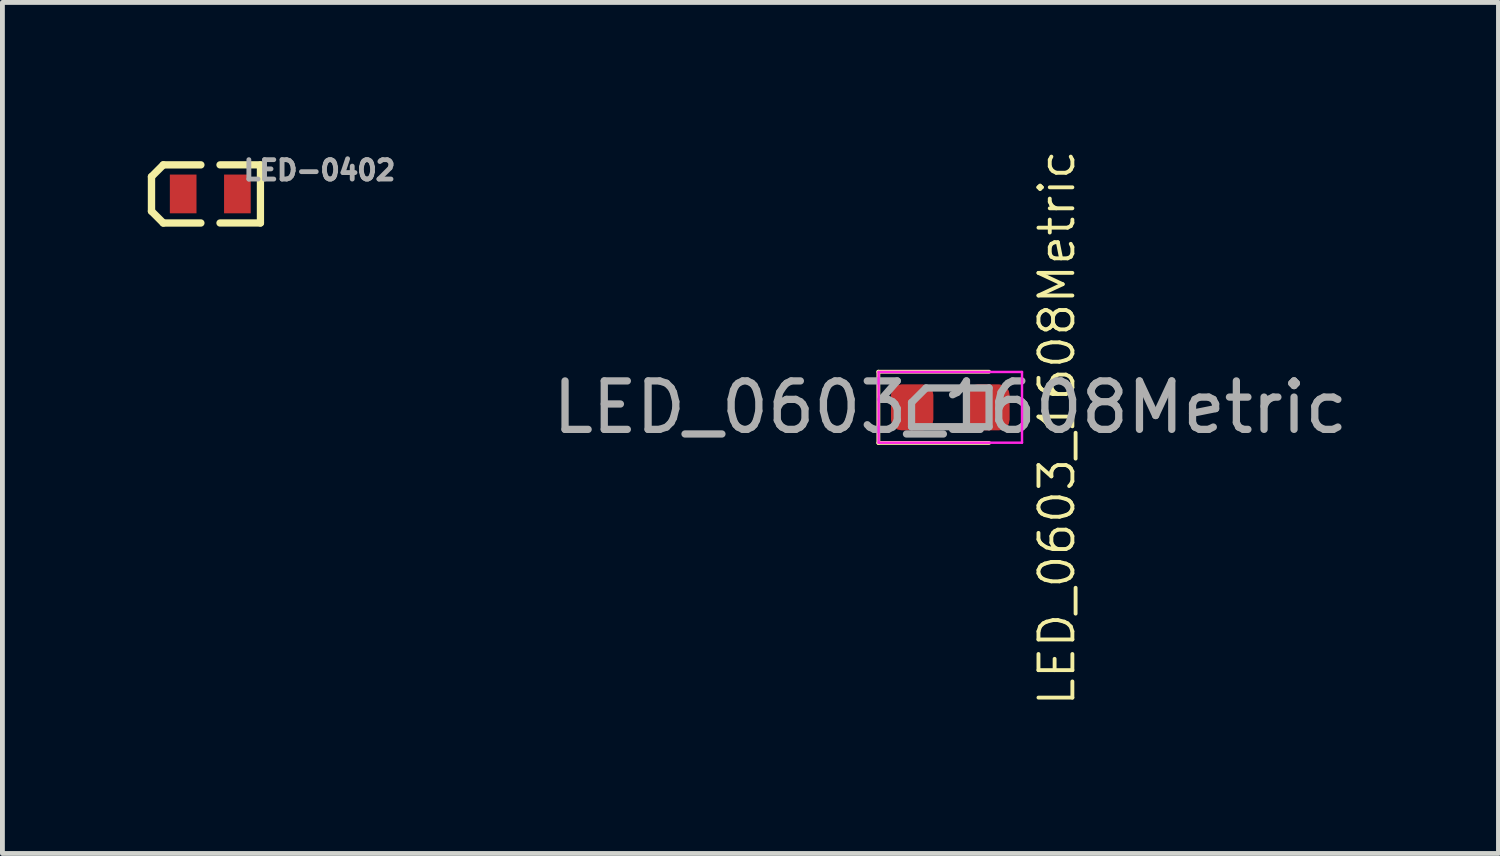
<source format=kicad_pcb>
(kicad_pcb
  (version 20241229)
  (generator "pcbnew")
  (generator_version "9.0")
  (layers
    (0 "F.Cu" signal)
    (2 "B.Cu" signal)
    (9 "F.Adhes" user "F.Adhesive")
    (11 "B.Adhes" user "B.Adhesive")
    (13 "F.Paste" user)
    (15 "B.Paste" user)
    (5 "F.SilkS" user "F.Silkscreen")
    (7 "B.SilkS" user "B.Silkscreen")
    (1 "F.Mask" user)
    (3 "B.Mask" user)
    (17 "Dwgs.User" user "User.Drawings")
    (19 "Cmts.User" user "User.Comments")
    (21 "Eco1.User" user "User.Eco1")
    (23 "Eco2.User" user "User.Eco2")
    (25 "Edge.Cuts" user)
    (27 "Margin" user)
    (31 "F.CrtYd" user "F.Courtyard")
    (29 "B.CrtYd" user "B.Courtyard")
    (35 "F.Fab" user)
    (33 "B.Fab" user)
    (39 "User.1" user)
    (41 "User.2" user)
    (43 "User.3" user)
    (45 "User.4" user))
  (footprint "LED_0603_1608Metric"
    (layer "F.Cu")
    (at 16.566 5.358)
    (property "Reference" "LED_0603_1608Metric" (at 2.2 0.425 90) (layer "F.SilkS") (effects (font (size 0.7 0.7) (thickness 0.08))))
    (attr smd)
    (fp_line (start -1.485 -0.735) (end -1.485 0.735) (stroke (width 0.08) (type solid)) (layer "F.SilkS"))
    (fp_line (start -1.485 0.735) (end 0.8 0.735) (stroke (width 0.08) (type solid)) (layer "F.SilkS"))
    (fp_line (start 0.8 -0.735) (end -1.485 -0.735) (stroke (width 0.08) (type solid)) (layer "F.SilkS"))
    (fp_line (start -1.48 -0.73) (end 1.48 -0.73) (stroke (width 0.05) (type solid)) (layer "F.CrtYd"))
    (fp_line (start -1.48 0.73) (end -1.48 -0.73) (stroke (width 0.05) (type solid)) (layer "F.CrtYd"))
    (fp_line (start 1.48 -0.73) (end 1.48 0.73) (stroke (width 0.05) (type solid)) (layer "F.CrtYd"))
    (fp_line (start 1.48 0.73) (end -1.48 0.73) (stroke (width 0.05) (type solid)) (layer "F.CrtYd"))
    (fp_line (start -0.8 -0.1) (end -0.8 0.4) (stroke (width 0.15) (type solid)) (layer "F.Fab"))
    (fp_line (start -0.8 0.4) (end 0.8 0.4) (stroke (width 0.15) (type solid)) (layer "F.Fab"))
    (fp_line (start -0.5 -0.4) (end -0.8 -0.1) (stroke (width 0.15) (type solid)) (layer "F.Fab"))
    (fp_line (start 0.8 -0.4) (end -0.5 -0.4) (stroke (width 0.15) (type solid)) (layer "F.Fab"))
    (fp_line (start 0.8 0.4) (end 0.8 -0.4) (stroke (width 0.15) (type solid)) (layer "F.Fab"))
    (fp_text user "${REFERENCE}" (at 0 0 0) (layer "F.Fab") (effects (font (size 1 1) (thickness 0.15))))
    (pad "1" smd roundrect (at -0.787 0) (size 0.875 0.95) (layers "F.Cu" "F.Mask" "F.Paste") (roundrect_rratio 0.25))
    (pad "2" smd roundrect (at 0.787 0) (size 0.875 0.95) (layers "F.Cu" "F.Mask" "F.Paste") (roundrect_rratio 0.25)))
  (footprint "LED-0402"
    (layer "F.Cu")
    (at 1.291 0.953)
    (property "Reference" "LED-0402" (at 0.635 -0.253 0) (unlocked yes) (layer "F.Fab") (effects (font (size 0.4 0.4) (thickness 0.1)) (justify left bottom)))
    (fp_line (start -1.214 -0.356) (end -1.214 0.356) (stroke (width 0.152) (type default)) (layer "F.SilkS"))
    (fp_line (start -1.214 0.356) (end -0.97 0.6) (stroke (width 0.152) (type default)) (layer "F.SilkS"))
    (fp_line (start -0.97 0.6) (end -0.195 0.6) (stroke (width 0.152) (type default)) (layer "F.SilkS"))
    (fp_line (start -0.97 -0.6) (end -1.214 -0.356) (stroke (width 0.152) (type default)) (layer "F.SilkS"))
    (fp_line (start -0.195 -0.6) (end -0.97 -0.6) (stroke (width 0.152) (type default)) (layer "F.SilkS"))
    (fp_line (start 1.035 -0.6) (end 0.2 -0.6) (stroke (width 0.15) (type default)) (layer "F.SilkS"))
    (fp_line (start 1.035 -0.6) (end 1.035 0.6) (stroke (width 0.15) (type default)) (layer "F.SilkS"))
    (fp_line (start 1.035 0.6) (end 0.2 0.6) (stroke (width 0.15) (type default)) (layer "F.SilkS"))
    (pad "1" smd rect (at 0.559 0.0001 180) (size 0.55 0.8) (layers "F.Cu" "F.Mask" "F.Paste"))
    (pad "2" smd rect (at -0.56 0.0001 180) (size 0.55 0.8) (layers "F.Cu" "F.Mask" "F.Paste")))
  (gr_rect
    (start -3 -3)
    (end 27.881 14.567)
    (stroke (width 0.1) (type default))
    (fill no)
    (layer "Edge.Cuts")))
</source>
